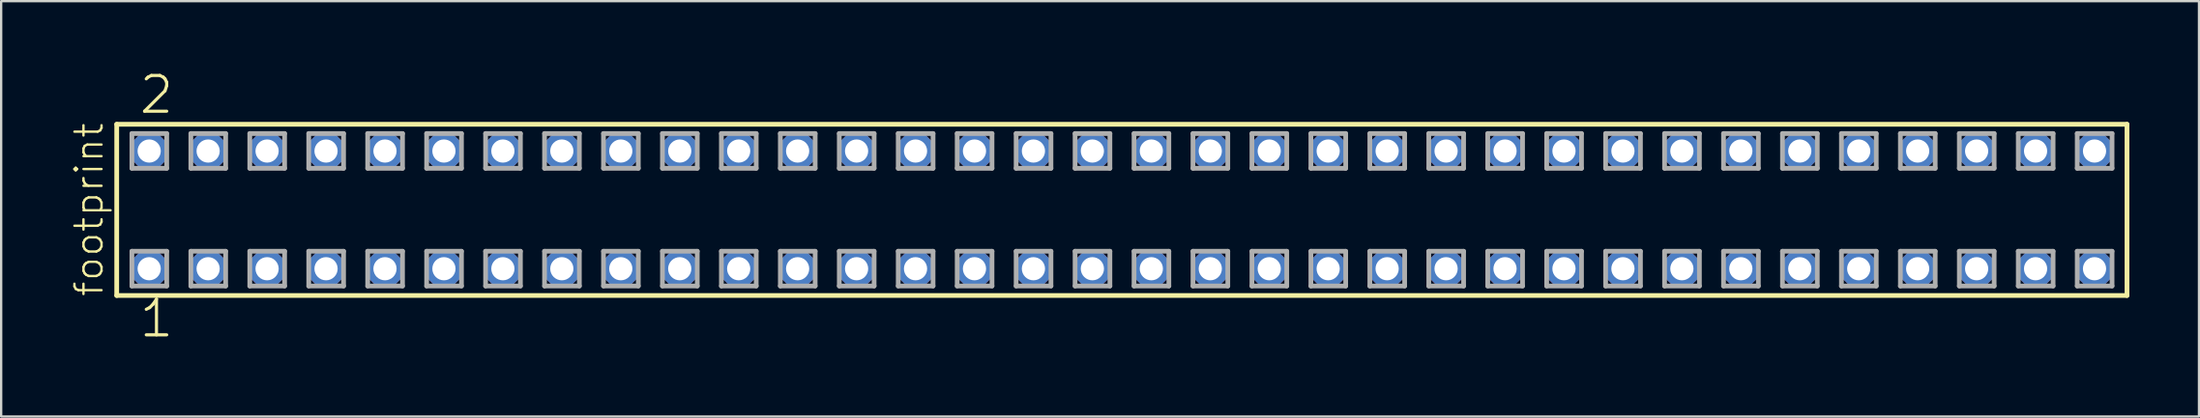
<source format=kicad_pcb>
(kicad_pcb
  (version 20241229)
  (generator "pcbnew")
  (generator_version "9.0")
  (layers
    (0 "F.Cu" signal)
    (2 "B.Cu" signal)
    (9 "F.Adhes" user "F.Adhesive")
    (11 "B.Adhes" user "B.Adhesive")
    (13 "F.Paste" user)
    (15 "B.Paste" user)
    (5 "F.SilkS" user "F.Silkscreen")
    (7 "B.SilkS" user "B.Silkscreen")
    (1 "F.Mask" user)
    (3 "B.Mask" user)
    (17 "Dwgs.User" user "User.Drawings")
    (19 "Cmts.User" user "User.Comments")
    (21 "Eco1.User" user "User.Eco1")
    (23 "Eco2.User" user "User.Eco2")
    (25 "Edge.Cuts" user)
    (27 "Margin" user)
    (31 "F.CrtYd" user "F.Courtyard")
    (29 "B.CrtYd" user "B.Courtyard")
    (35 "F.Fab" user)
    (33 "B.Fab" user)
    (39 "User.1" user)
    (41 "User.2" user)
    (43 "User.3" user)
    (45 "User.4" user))
  (footprint "footprint"
    (layer "F.Cu")
    (at 45.288 6.009)
    (property "Reference" "footprint" (at -43.815 3.81 90) (layer "F.SilkS") (effects (font (size 1.168 1.168) (thickness 0.102)) (justify left bottom)))
    (fp_line (start -43.309 -3.695) (end 43.309 -3.695) (stroke (width 0.203) (type solid)) (layer "F.SilkS"))
    (fp_line (start -43.309 3.695) (end -43.309 -3.695) (stroke (width 0.203) (type solid)) (layer "F.SilkS"))
    (fp_line (start 43.309 -3.695) (end 43.309 3.695) (stroke (width 0.203) (type solid)) (layer "F.SilkS"))
    (fp_line (start 43.309 3.695) (end -43.309 3.695) (stroke (width 0.203) (type solid)) (layer "F.SilkS"))
    (fp_line (start -42.655 -3.295) (end -41.155 -3.295) (stroke (width 0.203) (type solid)) (layer "F.Fab"))
    (fp_line (start -42.655 -1.795) (end -42.655 -3.295) (stroke (width 0.203) (type solid)) (layer "F.Fab"))
    (fp_line (start -42.655 1.785) (end -41.155 1.785) (stroke (width 0.203) (type solid)) (layer "F.Fab"))
    (fp_line (start -42.655 3.285) (end -42.655 1.785) (stroke (width 0.203) (type solid)) (layer "F.Fab"))
    (fp_line (start -41.155 -3.295) (end -41.155 -1.795) (stroke (width 0.203) (type solid)) (layer "F.Fab"))
    (fp_line (start -41.155 -1.795) (end -42.655 -1.795) (stroke (width 0.203) (type solid)) (layer "F.Fab"))
    (fp_line (start -41.155 1.785) (end -41.155 3.285) (stroke (width 0.203) (type solid)) (layer "F.Fab"))
    (fp_line (start -41.155 3.285) (end -42.655 3.285) (stroke (width 0.203) (type solid)) (layer "F.Fab"))
    (fp_line (start -40.115 -3.295) (end -38.615 -3.295) (stroke (width 0.203) (type solid)) (layer "F.Fab"))
    (fp_line (start -40.115 -1.795) (end -40.115 -3.295) (stroke (width 0.203) (type solid)) (layer "F.Fab"))
    (fp_line (start -40.115 1.785) (end -38.615 1.785) (stroke (width 0.203) (type solid)) (layer "F.Fab"))
    (fp_line (start -40.115 3.285) (end -40.115 1.785) (stroke (width 0.203) (type solid)) (layer "F.Fab"))
    (fp_line (start -38.615 -3.295) (end -38.615 -1.795) (stroke (width 0.203) (type solid)) (layer "F.Fab"))
    (fp_line (start -38.615 -1.795) (end -40.115 -1.795) (stroke (width 0.203) (type solid)) (layer "F.Fab"))
    (fp_line (start -38.615 1.785) (end -38.615 3.285) (stroke (width 0.203) (type solid)) (layer "F.Fab"))
    (fp_line (start -38.615 3.285) (end -40.115 3.285) (stroke (width 0.203) (type solid)) (layer "F.Fab"))
    (fp_line (start -37.575 -3.295) (end -36.075 -3.295) (stroke (width 0.203) (type solid)) (layer "F.Fab"))
    (fp_line (start -37.575 -1.795) (end -37.575 -3.295) (stroke (width 0.203) (type solid)) (layer "F.Fab"))
    (fp_line (start -37.575 1.785) (end -36.075 1.785) (stroke (width 0.203) (type solid)) (layer "F.Fab"))
    (fp_line (start -37.575 3.285) (end -37.575 1.785) (stroke (width 0.203) (type solid)) (layer "F.Fab"))
    (fp_line (start -36.075 -3.295) (end -36.075 -1.795) (stroke (width 0.203) (type solid)) (layer "F.Fab"))
    (fp_line (start -36.075 -1.795) (end -37.575 -1.795) (stroke (width 0.203) (type solid)) (layer "F.Fab"))
    (fp_line (start -36.075 1.785) (end -36.075 3.285) (stroke (width 0.203) (type solid)) (layer "F.Fab"))
    (fp_line (start -36.075 3.285) (end -37.575 3.285) (stroke (width 0.203) (type solid)) (layer "F.Fab"))
    (fp_line (start -35.035 -3.295) (end -33.535 -3.295) (stroke (width 0.203) (type solid)) (layer "F.Fab"))
    (fp_line (start -35.035 -1.795) (end -35.035 -3.295) (stroke (width 0.203) (type solid)) (layer "F.Fab"))
    (fp_line (start -35.035 1.785) (end -33.535 1.785) (stroke (width 0.203) (type solid)) (layer "F.Fab"))
    (fp_line (start -35.035 3.285) (end -35.035 1.785) (stroke (width 0.203) (type solid)) (layer "F.Fab"))
    (fp_line (start -33.535 -3.295) (end -33.535 -1.795) (stroke (width 0.203) (type solid)) (layer "F.Fab"))
    (fp_line (start -33.535 -1.795) (end -35.035 -1.795) (stroke (width 0.203) (type solid)) (layer "F.Fab"))
    (fp_line (start -33.535 1.785) (end -33.535 3.285) (stroke (width 0.203) (type solid)) (layer "F.Fab"))
    (fp_line (start -33.535 3.285) (end -35.035 3.285) (stroke (width 0.203) (type solid)) (layer "F.Fab"))
    (fp_line (start -32.495 -3.295) (end -30.995 -3.295) (stroke (width 0.203) (type solid)) (layer "F.Fab"))
    (fp_line (start -32.495 -1.795) (end -32.495 -3.295) (stroke (width 0.203) (type solid)) (layer "F.Fab"))
    (fp_line (start -32.495 1.785) (end -30.995 1.785) (stroke (width 0.203) (type solid)) (layer "F.Fab"))
    (fp_line (start -32.495 3.285) (end -32.495 1.785) (stroke (width 0.203) (type solid)) (layer "F.Fab"))
    (fp_line (start -30.995 -3.295) (end -30.995 -1.795) (stroke (width 0.203) (type solid)) (layer "F.Fab"))
    (fp_line (start -30.995 -1.795) (end -32.495 -1.795) (stroke (width 0.203) (type solid)) (layer "F.Fab"))
    (fp_line (start -30.995 1.785) (end -30.995 3.285) (stroke (width 0.203) (type solid)) (layer "F.Fab"))
    (fp_line (start -30.995 3.285) (end -32.495 3.285) (stroke (width 0.203) (type solid)) (layer "F.Fab"))
    (fp_line (start -29.955 -3.295) (end -28.455 -3.295) (stroke (width 0.203) (type solid)) (layer "F.Fab"))
    (fp_line (start -29.955 -1.795) (end -29.955 -3.295) (stroke (width 0.203) (type solid)) (layer "F.Fab"))
    (fp_line (start -29.955 1.785) (end -28.455 1.785) (stroke (width 0.203) (type solid)) (layer "F.Fab"))
    (fp_line (start -29.955 3.285) (end -29.955 1.785) (stroke (width 0.203) (type solid)) (layer "F.Fab"))
    (fp_line (start -28.455 -3.295) (end -28.455 -1.795) (stroke (width 0.203) (type solid)) (layer "F.Fab"))
    (fp_line (start -28.455 -1.795) (end -29.955 -1.795) (stroke (width 0.203) (type solid)) (layer "F.Fab"))
    (fp_line (start -28.455 1.785) (end -28.455 3.285) (stroke (width 0.203) (type solid)) (layer "F.Fab"))
    (fp_line (start -28.455 3.285) (end -29.955 3.285) (stroke (width 0.203) (type solid)) (layer "F.Fab"))
    (fp_line (start -27.415 -3.295) (end -25.915 -3.295) (stroke (width 0.203) (type solid)) (layer "F.Fab"))
    (fp_line (start -27.415 -1.795) (end -27.415 -3.295) (stroke (width 0.203) (type solid)) (layer "F.Fab"))
    (fp_line (start -27.415 1.785) (end -25.915 1.785) (stroke (width 0.203) (type solid)) (layer "F.Fab"))
    (fp_line (start -27.415 3.285) (end -27.415 1.785) (stroke (width 0.203) (type solid)) (layer "F.Fab"))
    (fp_line (start -25.915 -3.295) (end -25.915 -1.795) (stroke (width 0.203) (type solid)) (layer "F.Fab"))
    (fp_line (start -25.915 -1.795) (end -27.415 -1.795) (stroke (width 0.203) (type solid)) (layer "F.Fab"))
    (fp_line (start -25.915 1.785) (end -25.915 3.285) (stroke (width 0.203) (type solid)) (layer "F.Fab"))
    (fp_line (start -25.915 3.285) (end -27.415 3.285) (stroke (width 0.203) (type solid)) (layer "F.Fab"))
    (fp_line (start -24.875 -3.295) (end -23.375 -3.295) (stroke (width 0.203) (type solid)) (layer "F.Fab"))
    (fp_line (start -24.875 -1.795) (end -24.875 -3.295) (stroke (width 0.203) (type solid)) (layer "F.Fab"))
    (fp_line (start -24.875 1.785) (end -23.375 1.785) (stroke (width 0.203) (type solid)) (layer "F.Fab"))
    (fp_line (start -24.875 3.285) (end -24.875 1.785) (stroke (width 0.203) (type solid)) (layer "F.Fab"))
    (fp_line (start -23.375 -3.295) (end -23.375 -1.795) (stroke (width 0.203) (type solid)) (layer "F.Fab"))
    (fp_line (start -23.375 -1.795) (end -24.875 -1.795) (stroke (width 0.203) (type solid)) (layer "F.Fab"))
    (fp_line (start -23.375 1.785) (end -23.375 3.285) (stroke (width 0.203) (type solid)) (layer "F.Fab"))
    (fp_line (start -23.375 3.285) (end -24.875 3.285) (stroke (width 0.203) (type solid)) (layer "F.Fab"))
    (fp_line (start -22.335 -3.295) (end -20.835 -3.295) (stroke (width 0.203) (type solid)) (layer "F.Fab"))
    (fp_line (start -22.335 -1.795) (end -22.335 -3.295) (stroke (width 0.203) (type solid)) (layer "F.Fab"))
    (fp_line (start -22.335 1.785) (end -20.835 1.785) (stroke (width 0.203) (type solid)) (layer "F.Fab"))
    (fp_line (start -22.335 3.285) (end -22.335 1.785) (stroke (width 0.203) (type solid)) (layer "F.Fab"))
    (fp_line (start -20.835 -3.295) (end -20.835 -1.795) (stroke (width 0.203) (type solid)) (layer "F.Fab"))
    (fp_line (start -20.835 -1.795) (end -22.335 -1.795) (stroke (width 0.203) (type solid)) (layer "F.Fab"))
    (fp_line (start -20.835 1.785) (end -20.835 3.285) (stroke (width 0.203) (type solid)) (layer "F.Fab"))
    (fp_line (start -20.835 3.285) (end -22.335 3.285) (stroke (width 0.203) (type solid)) (layer "F.Fab"))
    (fp_line (start -19.795 -3.295) (end -18.295 -3.295) (stroke (width 0.203) (type solid)) (layer "F.Fab"))
    (fp_line (start -19.795 -1.795) (end -19.795 -3.295) (stroke (width 0.203) (type solid)) (layer "F.Fab"))
    (fp_line (start -19.795 1.785) (end -18.295 1.785) (stroke (width 0.203) (type solid)) (layer "F.Fab"))
    (fp_line (start -19.795 3.285) (end -19.795 1.785) (stroke (width 0.203) (type solid)) (layer "F.Fab"))
    (fp_line (start -18.295 -3.295) (end -18.295 -1.795) (stroke (width 0.203) (type solid)) (layer "F.Fab"))
    (fp_line (start -18.295 -1.795) (end -19.795 -1.795) (stroke (width 0.203) (type solid)) (layer "F.Fab"))
    (fp_line (start -18.295 1.785) (end -18.295 3.285) (stroke (width 0.203) (type solid)) (layer "F.Fab"))
    (fp_line (start -18.295 3.285) (end -19.795 3.285) (stroke (width 0.203) (type solid)) (layer "F.Fab"))
    (fp_line (start -17.255 -3.295) (end -15.755 -3.295) (stroke (width 0.203) (type solid)) (layer "F.Fab"))
    (fp_line (start -17.255 -1.795) (end -17.255 -3.295) (stroke (width 0.203) (type solid)) (layer "F.Fab"))
    (fp_line (start -17.255 1.785) (end -15.755 1.785) (stroke (width 0.203) (type solid)) (layer "F.Fab"))
    (fp_line (start -17.255 3.285) (end -17.255 1.785) (stroke (width 0.203) (type solid)) (layer "F.Fab"))
    (fp_line (start -15.755 -3.295) (end -15.755 -1.795) (stroke (width 0.203) (type solid)) (layer "F.Fab"))
    (fp_line (start -15.755 -1.795) (end -17.255 -1.795) (stroke (width 0.203) (type solid)) (layer "F.Fab"))
    (fp_line (start -15.755 1.785) (end -15.755 3.285) (stroke (width 0.203) (type solid)) (layer "F.Fab"))
    (fp_line (start -15.755 3.285) (end -17.255 3.285) (stroke (width 0.203) (type solid)) (layer "F.Fab"))
    (fp_line (start -14.715 -3.295) (end -13.215 -3.295) (stroke (width 0.203) (type solid)) (layer "F.Fab"))
    (fp_line (start -14.715 -1.795) (end -14.715 -3.295) (stroke (width 0.203) (type solid)) (layer "F.Fab"))
    (fp_line (start -14.715 1.785) (end -13.215 1.785) (stroke (width 0.203) (type solid)) (layer "F.Fab"))
    (fp_line (start -14.715 3.285) (end -14.715 1.785) (stroke (width 0.203) (type solid)) (layer "F.Fab"))
    (fp_line (start -13.215 -3.295) (end -13.215 -1.795) (stroke (width 0.203) (type solid)) (layer "F.Fab"))
    (fp_line (start -13.215 -1.795) (end -14.715 -1.795) (stroke (width 0.203) (type solid)) (layer "F.Fab"))
    (fp_line (start -13.215 1.785) (end -13.215 3.285) (stroke (width 0.203) (type solid)) (layer "F.Fab"))
    (fp_line (start -13.215 3.285) (end -14.715 3.285) (stroke (width 0.203) (type solid)) (layer "F.Fab"))
    (fp_line (start -12.175 -3.295) (end -10.675 -3.295) (stroke (width 0.203) (type solid)) (layer "F.Fab"))
    (fp_line (start -12.175 -1.795) (end -12.175 -3.295) (stroke (width 0.203) (type solid)) (layer "F.Fab"))
    (fp_line (start -12.175 1.785) (end -10.675 1.785) (stroke (width 0.203) (type solid)) (layer "F.Fab"))
    (fp_line (start -12.175 3.285) (end -12.175 1.785) (stroke (width 0.203) (type solid)) (layer "F.Fab"))
    (fp_line (start -10.675 -3.295) (end -10.675 -1.795) (stroke (width 0.203) (type solid)) (layer "F.Fab"))
    (fp_line (start -10.675 -1.795) (end -12.175 -1.795) (stroke (width 0.203) (type solid)) (layer "F.Fab"))
    (fp_line (start -10.675 1.785) (end -10.675 3.285) (stroke (width 0.203) (type solid)) (layer "F.Fab"))
    (fp_line (start -10.675 3.285) (end -12.175 3.285) (stroke (width 0.203) (type solid)) (layer "F.Fab"))
    (fp_line (start -9.635 -3.295) (end -8.135 -3.295) (stroke (width 0.203) (type solid)) (layer "F.Fab"))
    (fp_line (start -9.635 -1.795) (end -9.635 -3.295) (stroke (width 0.203) (type solid)) (layer "F.Fab"))
    (fp_line (start -9.635 1.785) (end -8.135 1.785) (stroke (width 0.203) (type solid)) (layer "F.Fab"))
    (fp_line (start -9.635 3.285) (end -9.635 1.785) (stroke (width 0.203) (type solid)) (layer "F.Fab"))
    (fp_line (start -8.135 -3.295) (end -8.135 -1.795) (stroke (width 0.203) (type solid)) (layer "F.Fab"))
    (fp_line (start -8.135 -1.795) (end -9.635 -1.795) (stroke (width 0.203) (type solid)) (layer "F.Fab"))
    (fp_line (start -8.135 1.785) (end -8.135 3.285) (stroke (width 0.203) (type solid)) (layer "F.Fab"))
    (fp_line (start -8.135 3.285) (end -9.635 3.285) (stroke (width 0.203) (type solid)) (layer "F.Fab"))
    (fp_line (start -7.095 -3.295) (end -5.595 -3.295) (stroke (width 0.203) (type solid)) (layer "F.Fab"))
    (fp_line (start -7.095 -1.795) (end -7.095 -3.295) (stroke (width 0.203) (type solid)) (layer "F.Fab"))
    (fp_line (start -7.095 1.785) (end -5.595 1.785) (stroke (width 0.203) (type solid)) (layer "F.Fab"))
    (fp_line (start -7.095 3.285) (end -7.095 1.785) (stroke (width 0.203) (type solid)) (layer "F.Fab"))
    (fp_line (start -5.595 -3.295) (end -5.595 -1.795) (stroke (width 0.203) (type solid)) (layer "F.Fab"))
    (fp_line (start -5.595 -1.795) (end -7.095 -1.795) (stroke (width 0.203) (type solid)) (layer "F.Fab"))
    (fp_line (start -5.595 1.785) (end -5.595 3.285) (stroke (width 0.203) (type solid)) (layer "F.Fab"))
    (fp_line (start -5.595 3.285) (end -7.095 3.285) (stroke (width 0.203) (type solid)) (layer "F.Fab"))
    (fp_line (start -4.555 -3.295) (end -3.055 -3.295) (stroke (width 0.203) (type solid)) (layer "F.Fab"))
    (fp_line (start -4.555 -1.795) (end -4.555 -3.295) (stroke (width 0.203) (type solid)) (layer "F.Fab"))
    (fp_line (start -4.555 1.785) (end -3.055 1.785) (stroke (width 0.203) (type solid)) (layer "F.Fab"))
    (fp_line (start -4.555 3.285) (end -4.555 1.785) (stroke (width 0.203) (type solid)) (layer "F.Fab"))
    (fp_line (start -3.055 -3.295) (end -3.055 -1.795) (stroke (width 0.203) (type solid)) (layer "F.Fab"))
    (fp_line (start -3.055 -1.795) (end -4.555 -1.795) (stroke (width 0.203) (type solid)) (layer "F.Fab"))
    (fp_line (start -3.055 1.785) (end -3.055 3.285) (stroke (width 0.203) (type solid)) (layer "F.Fab"))
    (fp_line (start -3.055 3.285) (end -4.555 3.285) (stroke (width 0.203) (type solid)) (layer "F.Fab"))
    (fp_line (start -2.015 -3.295) (end -0.515 -3.295) (stroke (width 0.203) (type solid)) (layer "F.Fab"))
    (fp_line (start -2.015 -1.795) (end -2.015 -3.295) (stroke (width 0.203) (type solid)) (layer "F.Fab"))
    (fp_line (start -2.015 1.785) (end -0.515 1.785) (stroke (width 0.203) (type solid)) (layer "F.Fab"))
    (fp_line (start -2.015 3.285) (end -2.015 1.785) (stroke (width 0.203) (type solid)) (layer "F.Fab"))
    (fp_line (start -0.515 -3.295) (end -0.515 -1.795) (stroke (width 0.203) (type solid)) (layer "F.Fab"))
    (fp_line (start -0.515 -1.795) (end -2.015 -1.795) (stroke (width 0.203) (type solid)) (layer "F.Fab"))
    (fp_line (start -0.515 1.785) (end -0.515 3.285) (stroke (width 0.203) (type solid)) (layer "F.Fab"))
    (fp_line (start -0.515 3.285) (end -2.015 3.285) (stroke (width 0.203) (type solid)) (layer "F.Fab"))
    (fp_line (start 0.525 -3.295) (end 2.025 -3.295) (stroke (width 0.203) (type solid)) (layer "F.Fab"))
    (fp_line (start 0.525 -1.795) (end 0.525 -3.295) (stroke (width 0.203) (type solid)) (layer "F.Fab"))
    (fp_line (start 0.525 1.785) (end 2.025 1.785) (stroke (width 0.203) (type solid)) (layer "F.Fab"))
    (fp_line (start 0.525 3.285) (end 0.525 1.785) (stroke (width 0.203) (type solid)) (layer "F.Fab"))
    (fp_line (start 2.025 -3.295) (end 2.025 -1.795) (stroke (width 0.203) (type solid)) (layer "F.Fab"))
    (fp_line (start 2.025 -1.795) (end 0.525 -1.795) (stroke (width 0.203) (type solid)) (layer "F.Fab"))
    (fp_line (start 2.025 1.785) (end 2.025 3.285) (stroke (width 0.203) (type solid)) (layer "F.Fab"))
    (fp_line (start 2.025 3.285) (end 0.525 3.285) (stroke (width 0.203) (type solid)) (layer "F.Fab"))
    (fp_line (start 3.065 -3.295) (end 4.565 -3.295) (stroke (width 0.203) (type solid)) (layer "F.Fab"))
    (fp_line (start 3.065 -1.795) (end 3.065 -3.295) (stroke (width 0.203) (type solid)) (layer "F.Fab"))
    (fp_line (start 3.065 1.785) (end 4.565 1.785) (stroke (width 0.203) (type solid)) (layer "F.Fab"))
    (fp_line (start 3.065 3.285) (end 3.065 1.785) (stroke (width 0.203) (type solid)) (layer "F.Fab"))
    (fp_line (start 4.565 -3.295) (end 4.565 -1.795) (stroke (width 0.203) (type solid)) (layer "F.Fab"))
    (fp_line (start 4.565 -1.795) (end 3.065 -1.795) (stroke (width 0.203) (type solid)) (layer "F.Fab"))
    (fp_line (start 4.565 1.785) (end 4.565 3.285) (stroke (width 0.203) (type solid)) (layer "F.Fab"))
    (fp_line (start 4.565 3.285) (end 3.065 3.285) (stroke (width 0.203) (type solid)) (layer "F.Fab"))
    (fp_line (start 5.605 -3.295) (end 7.105 -3.295) (stroke (width 0.203) (type solid)) (layer "F.Fab"))
    (fp_line (start 5.605 -1.795) (end 5.605 -3.295) (stroke (width 0.203) (type solid)) (layer "F.Fab"))
    (fp_line (start 5.605 1.785) (end 7.105 1.785) (stroke (width 0.203) (type solid)) (layer "F.Fab"))
    (fp_line (start 5.605 3.285) (end 5.605 1.785) (stroke (width 0.203) (type solid)) (layer "F.Fab"))
    (fp_line (start 7.105 -3.295) (end 7.105 -1.795) (stroke (width 0.203) (type solid)) (layer "F.Fab"))
    (fp_line (start 7.105 -1.795) (end 5.605 -1.795) (stroke (width 0.203) (type solid)) (layer "F.Fab"))
    (fp_line (start 7.105 1.785) (end 7.105 3.285) (stroke (width 0.203) (type solid)) (layer "F.Fab"))
    (fp_line (start 7.105 3.285) (end 5.605 3.285) (stroke (width 0.203) (type solid)) (layer "F.Fab"))
    (fp_line (start 8.145 -3.295) (end 9.645 -3.295) (stroke (width 0.203) (type solid)) (layer "F.Fab"))
    (fp_line (start 8.145 -1.795) (end 8.145 -3.295) (stroke (width 0.203) (type solid)) (layer "F.Fab"))
    (fp_line (start 8.145 1.785) (end 9.645 1.785) (stroke (width 0.203) (type solid)) (layer "F.Fab"))
    (fp_line (start 8.145 3.285) (end 8.145 1.785) (stroke (width 0.203) (type solid)) (layer "F.Fab"))
    (fp_line (start 9.645 -3.295) (end 9.645 -1.795) (stroke (width 0.203) (type solid)) (layer "F.Fab"))
    (fp_line (start 9.645 -1.795) (end 8.145 -1.795) (stroke (width 0.203) (type solid)) (layer "F.Fab"))
    (fp_line (start 9.645 1.785) (end 9.645 3.285) (stroke (width 0.203) (type solid)) (layer "F.Fab"))
    (fp_line (start 9.645 3.285) (end 8.145 3.285) (stroke (width 0.203) (type solid)) (layer "F.Fab"))
    (fp_line (start 10.685 -3.295) (end 12.185 -3.295) (stroke (width 0.203) (type solid)) (layer "F.Fab"))
    (fp_line (start 10.685 -1.795) (end 10.685 -3.295) (stroke (width 0.203) (type solid)) (layer "F.Fab"))
    (fp_line (start 10.685 1.785) (end 12.185 1.785) (stroke (width 0.203) (type solid)) (layer "F.Fab"))
    (fp_line (start 10.685 3.285) (end 10.685 1.785) (stroke (width 0.203) (type solid)) (layer "F.Fab"))
    (fp_line (start 12.185 -3.295) (end 12.185 -1.795) (stroke (width 0.203) (type solid)) (layer "F.Fab"))
    (fp_line (start 12.185 -1.795) (end 10.685 -1.795) (stroke (width 0.203) (type solid)) (layer "F.Fab"))
    (fp_line (start 12.185 1.785) (end 12.185 3.285) (stroke (width 0.203) (type solid)) (layer "F.Fab"))
    (fp_line (start 12.185 3.285) (end 10.685 3.285) (stroke (width 0.203) (type solid)) (layer "F.Fab"))
    (fp_line (start 13.225 -3.295) (end 14.725 -3.295) (stroke (width 0.203) (type solid)) (layer "F.Fab"))
    (fp_line (start 13.225 -1.795) (end 13.225 -3.295) (stroke (width 0.203) (type solid)) (layer "F.Fab"))
    (fp_line (start 13.225 1.785) (end 14.725 1.785) (stroke (width 0.203) (type solid)) (layer "F.Fab"))
    (fp_line (start 13.225 3.285) (end 13.225 1.785) (stroke (width 0.203) (type solid)) (layer "F.Fab"))
    (fp_line (start 14.725 -3.295) (end 14.725 -1.795) (stroke (width 0.203) (type solid)) (layer "F.Fab"))
    (fp_line (start 14.725 -1.795) (end 13.225 -1.795) (stroke (width 0.203) (type solid)) (layer "F.Fab"))
    (fp_line (start 14.725 1.785) (end 14.725 3.285) (stroke (width 0.203) (type solid)) (layer "F.Fab"))
    (fp_line (start 14.725 3.285) (end 13.225 3.285) (stroke (width 0.203) (type solid)) (layer "F.Fab"))
    (fp_line (start 15.765 -3.295) (end 17.265 -3.295) (stroke (width 0.203) (type solid)) (layer "F.Fab"))
    (fp_line (start 15.765 -1.795) (end 15.765 -3.295) (stroke (width 0.203) (type solid)) (layer "F.Fab"))
    (fp_line (start 15.765 1.785) (end 17.265 1.785) (stroke (width 0.203) (type solid)) (layer "F.Fab"))
    (fp_line (start 15.765 3.285) (end 15.765 1.785) (stroke (width 0.203) (type solid)) (layer "F.Fab"))
    (fp_line (start 17.265 -3.295) (end 17.265 -1.795) (stroke (width 0.203) (type solid)) (layer "F.Fab"))
    (fp_line (start 17.265 -1.795) (end 15.765 -1.795) (stroke (width 0.203) (type solid)) (layer "F.Fab"))
    (fp_line (start 17.265 1.785) (end 17.265 3.285) (stroke (width 0.203) (type solid)) (layer "F.Fab"))
    (fp_line (start 17.265 3.285) (end 15.765 3.285) (stroke (width 0.203) (type solid)) (layer "F.Fab"))
    (fp_line (start 18.305 -3.295) (end 19.805 -3.295) (stroke (width 0.203) (type solid)) (layer "F.Fab"))
    (fp_line (start 18.305 -1.795) (end 18.305 -3.295) (stroke (width 0.203) (type solid)) (layer "F.Fab"))
    (fp_line (start 18.305 1.785) (end 19.805 1.785) (stroke (width 0.203) (type solid)) (layer "F.Fab"))
    (fp_line (start 18.305 3.285) (end 18.305 1.785) (stroke (width 0.203) (type solid)) (layer "F.Fab"))
    (fp_line (start 19.805 -3.295) (end 19.805 -1.795) (stroke (width 0.203) (type solid)) (layer "F.Fab"))
    (fp_line (start 19.805 -1.795) (end 18.305 -1.795) (stroke (width 0.203) (type solid)) (layer "F.Fab"))
    (fp_line (start 19.805 1.785) (end 19.805 3.285) (stroke (width 0.203) (type solid)) (layer "F.Fab"))
    (fp_line (start 19.805 3.285) (end 18.305 3.285) (stroke (width 0.203) (type solid)) (layer "F.Fab"))
    (fp_line (start 20.845 -3.295) (end 22.345 -3.295) (stroke (width 0.203) (type solid)) (layer "F.Fab"))
    (fp_line (start 20.845 -1.795) (end 20.845 -3.295) (stroke (width 0.203) (type solid)) (layer "F.Fab"))
    (fp_line (start 20.845 1.785) (end 22.345 1.785) (stroke (width 0.203) (type solid)) (layer "F.Fab"))
    (fp_line (start 20.845 3.285) (end 20.845 1.785) (stroke (width 0.203) (type solid)) (layer "F.Fab"))
    (fp_line (start 22.345 -3.295) (end 22.345 -1.795) (stroke (width 0.203) (type solid)) (layer "F.Fab"))
    (fp_line (start 22.345 -1.795) (end 20.845 -1.795) (stroke (width 0.203) (type solid)) (layer "F.Fab"))
    (fp_line (start 22.345 1.785) (end 22.345 3.285) (stroke (width 0.203) (type solid)) (layer "F.Fab"))
    (fp_line (start 22.345 3.285) (end 20.845 3.285) (stroke (width 0.203) (type solid)) (layer "F.Fab"))
    (fp_line (start 23.385 -3.295) (end 24.885 -3.295) (stroke (width 0.203) (type solid)) (layer "F.Fab"))
    (fp_line (start 23.385 -1.795) (end 23.385 -3.295) (stroke (width 0.203) (type solid)) (layer "F.Fab"))
    (fp_line (start 23.385 1.785) (end 24.885 1.785) (stroke (width 0.203) (type solid)) (layer "F.Fab"))
    (fp_line (start 23.385 3.285) (end 23.385 1.785) (stroke (width 0.203) (type solid)) (layer "F.Fab"))
    (fp_line (start 24.885 -3.295) (end 24.885 -1.795) (stroke (width 0.203) (type solid)) (layer "F.Fab"))
    (fp_line (start 24.885 -1.795) (end 23.385 -1.795) (stroke (width 0.203) (type solid)) (layer "F.Fab"))
    (fp_line (start 24.885 1.785) (end 24.885 3.285) (stroke (width 0.203) (type solid)) (layer "F.Fab"))
    (fp_line (start 24.885 3.285) (end 23.385 3.285) (stroke (width 0.203) (type solid)) (layer "F.Fab"))
    (fp_line (start 25.925 -3.295) (end 27.425 -3.295) (stroke (width 0.203) (type solid)) (layer "F.Fab"))
    (fp_line (start 25.925 -1.795) (end 25.925 -3.295) (stroke (width 0.203) (type solid)) (layer "F.Fab"))
    (fp_line (start 25.925 1.785) (end 27.425 1.785) (stroke (width 0.203) (type solid)) (layer "F.Fab"))
    (fp_line (start 25.925 3.285) (end 25.925 1.785) (stroke (width 0.203) (type solid)) (layer "F.Fab"))
    (fp_line (start 27.425 -3.295) (end 27.425 -1.795) (stroke (width 0.203) (type solid)) (layer "F.Fab"))
    (fp_line (start 27.425 -1.795) (end 25.925 -1.795) (stroke (width 0.203) (type solid)) (layer "F.Fab"))
    (fp_line (start 27.425 1.785) (end 27.425 3.285) (stroke (width 0.203) (type solid)) (layer "F.Fab"))
    (fp_line (start 27.425 3.285) (end 25.925 3.285) (stroke (width 0.203) (type solid)) (layer "F.Fab"))
    (fp_line (start 28.465 -3.295) (end 29.965 -3.295) (stroke (width 0.203) (type solid)) (layer "F.Fab"))
    (fp_line (start 28.465 -1.795) (end 28.465 -3.295) (stroke (width 0.203) (type solid)) (layer "F.Fab"))
    (fp_line (start 28.465 1.785) (end 29.965 1.785) (stroke (width 0.203) (type solid)) (layer "F.Fab"))
    (fp_line (start 28.465 3.285) (end 28.465 1.785) (stroke (width 0.203) (type solid)) (layer "F.Fab"))
    (fp_line (start 29.965 -3.295) (end 29.965 -1.795) (stroke (width 0.203) (type solid)) (layer "F.Fab"))
    (fp_line (start 29.965 -1.795) (end 28.465 -1.795) (stroke (width 0.203) (type solid)) (layer "F.Fab"))
    (fp_line (start 29.965 1.785) (end 29.965 3.285) (stroke (width 0.203) (type solid)) (layer "F.Fab"))
    (fp_line (start 29.965 3.285) (end 28.465 3.285) (stroke (width 0.203) (type solid)) (layer "F.Fab"))
    (fp_line (start 31.005 -3.295) (end 32.505 -3.295) (stroke (width 0.203) (type solid)) (layer "F.Fab"))
    (fp_line (start 31.005 -1.795) (end 31.005 -3.295) (stroke (width 0.203) (type solid)) (layer "F.Fab"))
    (fp_line (start 31.005 1.785) (end 32.505 1.785) (stroke (width 0.203) (type solid)) (layer "F.Fab"))
    (fp_line (start 31.005 3.285) (end 31.005 1.785) (stroke (width 0.203) (type solid)) (layer "F.Fab"))
    (fp_line (start 32.505 -3.295) (end 32.505 -1.795) (stroke (width 0.203) (type solid)) (layer "F.Fab"))
    (fp_line (start 32.505 -1.795) (end 31.005 -1.795) (stroke (width 0.203) (type solid)) (layer "F.Fab"))
    (fp_line (start 32.505 1.785) (end 32.505 3.285) (stroke (width 0.203) (type solid)) (layer "F.Fab"))
    (fp_line (start 32.505 3.285) (end 31.005 3.285) (stroke (width 0.203) (type solid)) (layer "F.Fab"))
    (fp_line (start 33.545 -3.295) (end 35.045 -3.295) (stroke (width 0.203) (type solid)) (layer "F.Fab"))
    (fp_line (start 33.545 -1.795) (end 33.545 -3.295) (stroke (width 0.203) (type solid)) (layer "F.Fab"))
    (fp_line (start 33.545 1.785) (end 35.045 1.785) (stroke (width 0.203) (type solid)) (layer "F.Fab"))
    (fp_line (start 33.545 3.285) (end 33.545 1.785) (stroke (width 0.203) (type solid)) (layer "F.Fab"))
    (fp_line (start 35.045 -3.295) (end 35.045 -1.795) (stroke (width 0.203) (type solid)) (layer "F.Fab"))
    (fp_line (start 35.045 -1.795) (end 33.545 -1.795) (stroke (width 0.203) (type solid)) (layer "F.Fab"))
    (fp_line (start 35.045 1.785) (end 35.045 3.285) (stroke (width 0.203) (type solid)) (layer "F.Fab"))
    (fp_line (start 35.045 3.285) (end 33.545 3.285) (stroke (width 0.203) (type solid)) (layer "F.Fab"))
    (fp_line (start 36.085 -3.295) (end 37.585 -3.295) (stroke (width 0.203) (type solid)) (layer "F.Fab"))
    (fp_line (start 36.085 -1.795) (end 36.085 -3.295) (stroke (width 0.203) (type solid)) (layer "F.Fab"))
    (fp_line (start 36.085 1.785) (end 37.585 1.785) (stroke (width 0.203) (type solid)) (layer "F.Fab"))
    (fp_line (start 36.085 3.285) (end 36.085 1.785) (stroke (width 0.203) (type solid)) (layer "F.Fab"))
    (fp_line (start 37.585 -3.295) (end 37.585 -1.795) (stroke (width 0.203) (type solid)) (layer "F.Fab"))
    (fp_line (start 37.585 -1.795) (end 36.085 -1.795) (stroke (width 0.203) (type solid)) (layer "F.Fab"))
    (fp_line (start 37.585 1.785) (end 37.585 3.285) (stroke (width 0.203) (type solid)) (layer "F.Fab"))
    (fp_line (start 37.585 3.285) (end 36.085 3.285) (stroke (width 0.203) (type solid)) (layer "F.Fab"))
    (fp_line (start 38.625 -3.295) (end 40.125 -3.295) (stroke (width 0.203) (type solid)) (layer "F.Fab"))
    (fp_line (start 38.625 -1.795) (end 38.625 -3.295) (stroke (width 0.203) (type solid)) (layer "F.Fab"))
    (fp_line (start 38.625 1.785) (end 40.125 1.785) (stroke (width 0.203) (type solid)) (layer "F.Fab"))
    (fp_line (start 38.625 3.285) (end 38.625 1.785) (stroke (width 0.203) (type solid)) (layer "F.Fab"))
    (fp_line (start 40.125 -3.295) (end 40.125 -1.795) (stroke (width 0.203) (type solid)) (layer "F.Fab"))
    (fp_line (start 40.125 -1.795) (end 38.625 -1.795) (stroke (width 0.203) (type solid)) (layer "F.Fab"))
    (fp_line (start 40.125 1.785) (end 40.125 3.285) (stroke (width 0.203) (type solid)) (layer "F.Fab"))
    (fp_line (start 40.125 3.285) (end 38.625 3.285) (stroke (width 0.203) (type solid)) (layer "F.Fab"))
    (fp_line (start 41.165 -3.295) (end 42.665 -3.295) (stroke (width 0.203) (type solid)) (layer "F.Fab"))
    (fp_line (start 41.165 -1.795) (end 41.165 -3.295) (stroke (width 0.203) (type solid)) (layer "F.Fab"))
    (fp_line (start 41.165 1.785) (end 42.665 1.785) (stroke (width 0.203) (type solid)) (layer "F.Fab"))
    (fp_line (start 41.165 3.285) (end 41.165 1.785) (stroke (width 0.203) (type solid)) (layer "F.Fab"))
    (fp_line (start 42.665 -3.295) (end 42.665 -1.795) (stroke (width 0.203) (type solid)) (layer "F.Fab"))
    (fp_line (start 42.665 -1.795) (end 41.165 -1.795) (stroke (width 0.203) (type solid)) (layer "F.Fab"))
    (fp_line (start 42.665 1.785) (end 42.665 3.285) (stroke (width 0.203) (type solid)) (layer "F.Fab"))
    (fp_line (start 42.665 3.285) (end 41.165 3.285) (stroke (width 0.203) (type solid)) (layer "F.Fab"))
    (fp_text user "1" (at -42.418 5.588 0) (layer "F.SilkS") (effects (font (size 1.542 1.542) (thickness 0.134)) (justify left bottom)))
    (fp_text user "2" (at -42.418 -4.064 0) (layer "F.SilkS") (effects (font (size 1.542 1.542) (thickness 0.134)) (justify left bottom)))
    (pad "1" thru_hole roundrect (at -41.91 2.54) (size 1.5 1.5) (drill 1) (layers "*.Cu" "*.Mask") (roundrect_rratio 0.25) (chamfer_ratio 0.25) (chamfer top_left top_right bottom_left bottom_right))
    (pad "2" thru_hole roundrect (at -41.91 -2.54) (size 1.5 1.5) (drill 1) (layers "*.Cu" "*.Mask") (roundrect_rratio 0.25) (chamfer_ratio 0.25) (chamfer top_left top_right bottom_left bottom_right))
    (pad "3" thru_hole roundrect (at -39.37 2.54) (size 1.5 1.5) (drill 1) (layers "*.Cu" "*.Mask") (roundrect_rratio 0.25) (chamfer_ratio 0.25) (chamfer top_left top_right bottom_left bottom_right))
    (pad "4" thru_hole roundrect (at -39.37 -2.54) (size 1.5 1.5) (drill 1) (layers "*.Cu" "*.Mask") (roundrect_rratio 0.25) (chamfer_ratio 0.25) (chamfer top_left top_right bottom_left bottom_right))
    (pad "5" thru_hole roundrect (at -36.83 2.54) (size 1.5 1.5) (drill 1) (layers "*.Cu" "*.Mask") (roundrect_rratio 0.25) (chamfer_ratio 0.25) (chamfer top_left top_right bottom_left bottom_right))
    (pad "6" thru_hole roundrect (at -36.83 -2.54) (size 1.5 1.5) (drill 1) (layers "*.Cu" "*.Mask") (roundrect_rratio 0.25) (chamfer_ratio 0.25) (chamfer top_left top_right bottom_left bottom_right))
    (pad "7" thru_hole roundrect (at -34.29 2.54) (size 1.5 1.5) (drill 1) (layers "*.Cu" "*.Mask") (roundrect_rratio 0.25) (chamfer_ratio 0.25) (chamfer top_left top_right bottom_left bottom_right))
    (pad "8" thru_hole roundrect (at -34.29 -2.54) (size 1.5 1.5) (drill 1) (layers "*.Cu" "*.Mask") (roundrect_rratio 0.25) (chamfer_ratio 0.25) (chamfer top_left top_right bottom_left bottom_right))
    (pad "9" thru_hole roundrect (at -31.75 2.54) (size 1.5 1.5) (drill 1) (layers "*.Cu" "*.Mask") (roundrect_rratio 0.25) (chamfer_ratio 0.25) (chamfer top_left top_right bottom_left bottom_right))
    (pad "10" thru_hole roundrect (at -31.75 -2.54) (size 1.5 1.5) (drill 1) (layers "*.Cu" "*.Mask") (roundrect_rratio 0.25) (chamfer_ratio 0.25) (chamfer top_left top_right bottom_left bottom_right))
    (pad "11" thru_hole roundrect (at -29.21 2.54) (size 1.5 1.5) (drill 1) (layers "*.Cu" "*.Mask") (roundrect_rratio 0.25) (chamfer_ratio 0.25) (chamfer top_left top_right bottom_left bottom_right))
    (pad "12" thru_hole roundrect (at -29.21 -2.54) (size 1.5 1.5) (drill 1) (layers "*.Cu" "*.Mask") (roundrect_rratio 0.25) (chamfer_ratio 0.25) (chamfer top_left top_right bottom_left bottom_right))
    (pad "13" thru_hole roundrect (at -26.67 2.54) (size 1.5 1.5) (drill 1) (layers "*.Cu" "*.Mask") (roundrect_rratio 0.25) (chamfer_ratio 0.25) (chamfer top_left top_right bottom_left bottom_right))
    (pad "14" thru_hole roundrect (at -26.67 -2.54) (size 1.5 1.5) (drill 1) (layers "*.Cu" "*.Mask") (roundrect_rratio 0.25) (chamfer_ratio 0.25) (chamfer top_left top_right bottom_left bottom_right))
    (pad "15" thru_hole roundrect (at -24.13 2.54) (size 1.5 1.5) (drill 1) (layers "*.Cu" "*.Mask") (roundrect_rratio 0.25) (chamfer_ratio 0.25) (chamfer top_left top_right bottom_left bottom_right))
    (pad "16" thru_hole roundrect (at -24.13 -2.54) (size 1.5 1.5) (drill 1) (layers "*.Cu" "*.Mask") (roundrect_rratio 0.25) (chamfer_ratio 0.25) (chamfer top_left top_right bottom_left bottom_right))
    (pad "17" thru_hole roundrect (at -21.59 2.54) (size 1.5 1.5) (drill 1) (layers "*.Cu" "*.Mask") (roundrect_rratio 0.25) (chamfer_ratio 0.25) (chamfer top_left top_right bottom_left bottom_right))
    (pad "18" thru_hole roundrect (at -21.59 -2.54) (size 1.5 1.5) (drill 1) (layers "*.Cu" "*.Mask") (roundrect_rratio 0.25) (chamfer_ratio 0.25) (chamfer top_left top_right bottom_left bottom_right))
    (pad "19" thru_hole roundrect (at -19.05 2.54) (size 1.5 1.5) (drill 1) (layers "*.Cu" "*.Mask") (roundrect_rratio 0.25) (chamfer_ratio 0.25) (chamfer top_left top_right bottom_left bottom_right))
    (pad "20" thru_hole roundrect (at -19.05 -2.54) (size 1.5 1.5) (drill 1) (layers "*.Cu" "*.Mask") (roundrect_rratio 0.25) (chamfer_ratio 0.25) (chamfer top_left top_right bottom_left bottom_right))
    (pad "21" thru_hole roundrect (at -16.51 2.54) (size 1.5 1.5) (drill 1) (layers "*.Cu" "*.Mask") (roundrect_rratio 0.25) (chamfer_ratio 0.25) (chamfer top_left top_right bottom_left bottom_right))
    (pad "22" thru_hole roundrect (at -16.51 -2.54) (size 1.5 1.5) (drill 1) (layers "*.Cu" "*.Mask") (roundrect_rratio 0.25) (chamfer_ratio 0.25) (chamfer top_left top_right bottom_left bottom_right))
    (pad "23" thru_hole roundrect (at -13.97 2.54) (size 1.5 1.5) (drill 1) (layers "*.Cu" "*.Mask") (roundrect_rratio 0.25) (chamfer_ratio 0.25) (chamfer top_left top_right bottom_left bottom_right))
    (pad "24" thru_hole roundrect (at -13.97 -2.54) (size 1.5 1.5) (drill 1) (layers "*.Cu" "*.Mask") (roundrect_rratio 0.25) (chamfer_ratio 0.25) (chamfer top_left top_right bottom_left bottom_right))
    (pad "25" thru_hole roundrect (at -11.43 2.54) (size 1.5 1.5) (drill 1) (layers "*.Cu" "*.Mask") (roundrect_rratio 0.25) (chamfer_ratio 0.25) (chamfer top_left top_right bottom_left bottom_right))
    (pad "26" thru_hole roundrect (at -11.43 -2.54) (size 1.5 1.5) (drill 1) (layers "*.Cu" "*.Mask") (roundrect_rratio 0.25) (chamfer_ratio 0.25) (chamfer top_left top_right bottom_left bottom_right))
    (pad "27" thru_hole roundrect (at -8.89 2.54) (size 1.5 1.5) (drill 1) (layers "*.Cu" "*.Mask") (roundrect_rratio 0.25) (chamfer_ratio 0.25) (chamfer top_left top_right bottom_left bottom_right))
    (pad "28" thru_hole roundrect (at -8.89 -2.54) (size 1.5 1.5) (drill 1) (layers "*.Cu" "*.Mask") (roundrect_rratio 0.25) (chamfer_ratio 0.25) (chamfer top_left top_right bottom_left bottom_right))
    (pad "29" thru_hole roundrect (at -6.35 2.54) (size 1.5 1.5) (drill 1) (layers "*.Cu" "*.Mask") (roundrect_rratio 0.25) (chamfer_ratio 0.25) (chamfer top_left top_right bottom_left bottom_right))
    (pad "30" thru_hole roundrect (at -6.35 -2.54) (size 1.5 1.5) (drill 1) (layers "*.Cu" "*.Mask") (roundrect_rratio 0.25) (chamfer_ratio 0.25) (chamfer top_left top_right bottom_left bottom_right))
    (pad "31" thru_hole roundrect (at -3.81 2.54) (size 1.5 1.5) (drill 1) (layers "*.Cu" "*.Mask") (roundrect_rratio 0.25) (chamfer_ratio 0.25) (chamfer top_left top_right bottom_left bottom_right))
    (pad "32" thru_hole roundrect (at -3.81 -2.54) (size 1.5 1.5) (drill 1) (layers "*.Cu" "*.Mask") (roundrect_rratio 0.25) (chamfer_ratio 0.25) (chamfer top_left top_right bottom_left bottom_right))
    (pad "33" thru_hole roundrect (at -1.27 2.54) (size 1.5 1.5) (drill 1) (layers "*.Cu" "*.Mask") (roundrect_rratio 0.25) (chamfer_ratio 0.25) (chamfer top_left top_right bottom_left bottom_right))
    (pad "34" thru_hole roundrect (at -1.27 -2.54) (size 1.5 1.5) (drill 1) (layers "*.Cu" "*.Mask") (roundrect_rratio 0.25) (chamfer_ratio 0.25) (chamfer top_left top_right bottom_left bottom_right))
    (pad "35" thru_hole roundrect (at 1.27 2.54) (size 1.5 1.5) (drill 1) (layers "*.Cu" "*.Mask") (roundrect_rratio 0.25) (chamfer_ratio 0.25) (chamfer top_left top_right bottom_left bottom_right))
    (pad "36" thru_hole roundrect (at 1.27 -2.54) (size 1.5 1.5) (drill 1) (layers "*.Cu" "*.Mask") (roundrect_rratio 0.25) (chamfer_ratio 0.25) (chamfer top_left top_right bottom_left bottom_right))
    (pad "37" thru_hole roundrect (at 3.81 2.54) (size 1.5 1.5) (drill 1) (layers "*.Cu" "*.Mask") (roundrect_rratio 0.25) (chamfer_ratio 0.25) (chamfer top_left top_right bottom_left bottom_right))
    (pad "38" thru_hole roundrect (at 3.81 -2.54) (size 1.5 1.5) (drill 1) (layers "*.Cu" "*.Mask") (roundrect_rratio 0.25) (chamfer_ratio 0.25) (chamfer top_left top_right bottom_left bottom_right))
    (pad "39" thru_hole roundrect (at 6.35 2.54) (size 1.5 1.5) (drill 1) (layers "*.Cu" "*.Mask") (roundrect_rratio 0.25) (chamfer_ratio 0.25) (chamfer top_left top_right bottom_left bottom_right))
    (pad "40" thru_hole roundrect (at 6.35 -2.54) (size 1.5 1.5) (drill 1) (layers "*.Cu" "*.Mask") (roundrect_rratio 0.25) (chamfer_ratio 0.25) (chamfer top_left top_right bottom_left bottom_right))
    (pad "41" thru_hole roundrect (at 8.89 2.54) (size 1.5 1.5) (drill 1) (layers "*.Cu" "*.Mask") (roundrect_rratio 0.25) (chamfer_ratio 0.25) (chamfer top_left top_right bottom_left bottom_right))
    (pad "42" thru_hole roundrect (at 8.89 -2.54) (size 1.5 1.5) (drill 1) (layers "*.Cu" "*.Mask") (roundrect_rratio 0.25) (chamfer_ratio 0.25) (chamfer top_left top_right bottom_left bottom_right))
    (pad "43" thru_hole roundrect (at 11.43 2.54) (size 1.5 1.5) (drill 1) (layers "*.Cu" "*.Mask") (roundrect_rratio 0.25) (chamfer_ratio 0.25) (chamfer top_left top_right bottom_left bottom_right))
    (pad "44" thru_hole roundrect (at 11.43 -2.54) (size 1.5 1.5) (drill 1) (layers "*.Cu" "*.Mask") (roundrect_rratio 0.25) (chamfer_ratio 0.25) (chamfer top_left top_right bottom_left bottom_right))
    (pad "45" thru_hole roundrect (at 13.97 2.54) (size 1.5 1.5) (drill 1) (layers "*.Cu" "*.Mask") (roundrect_rratio 0.25) (chamfer_ratio 0.25) (chamfer top_left top_right bottom_left bottom_right))
    (pad "46" thru_hole roundrect (at 13.97 -2.54) (size 1.5 1.5) (drill 1) (layers "*.Cu" "*.Mask") (roundrect_rratio 0.25) (chamfer_ratio 0.25) (chamfer top_left top_right bottom_left bottom_right))
    (pad "47" thru_hole roundrect (at 16.51 2.54) (size 1.5 1.5) (drill 1) (layers "*.Cu" "*.Mask") (roundrect_rratio 0.25) (chamfer_ratio 0.25) (chamfer top_left top_right bottom_left bottom_right))
    (pad "48" thru_hole roundrect (at 16.51 -2.54) (size 1.5 1.5) (drill 1) (layers "*.Cu" "*.Mask") (roundrect_rratio 0.25) (chamfer_ratio 0.25) (chamfer top_left top_right bottom_left bottom_right))
    (pad "49" thru_hole roundrect (at 19.05 2.54) (size 1.5 1.5) (drill 1) (layers "*.Cu" "*.Mask") (roundrect_rratio 0.25) (chamfer_ratio 0.25) (chamfer top_left top_right bottom_left bottom_right))
    (pad "50" thru_hole roundrect (at 19.05 -2.54) (size 1.5 1.5) (drill 1) (layers "*.Cu" "*.Mask") (roundrect_rratio 0.25) (chamfer_ratio 0.25) (chamfer top_left top_right bottom_left bottom_right))
    (pad "51" thru_hole roundrect (at 21.59 2.54) (size 1.5 1.5) (drill 1) (layers "*.Cu" "*.Mask") (roundrect_rratio 0.25) (chamfer_ratio 0.25) (chamfer top_left top_right bottom_left bottom_right))
    (pad "52" thru_hole roundrect (at 21.59 -2.54) (size 1.5 1.5) (drill 1) (layers "*.Cu" "*.Mask") (roundrect_rratio 0.25) (chamfer_ratio 0.25) (chamfer top_left top_right bottom_left bottom_right))
    (pad "53" thru_hole roundrect (at 24.13 2.54) (size 1.5 1.5) (drill 1) (layers "*.Cu" "*.Mask") (roundrect_rratio 0.25) (chamfer_ratio 0.25) (chamfer top_left top_right bottom_left bottom_right))
    (pad "54" thru_hole roundrect (at 24.13 -2.54) (size 1.5 1.5) (drill 1) (layers "*.Cu" "*.Mask") (roundrect_rratio 0.25) (chamfer_ratio 0.25) (chamfer top_left top_right bottom_left bottom_right))
    (pad "55" thru_hole roundrect (at 26.67 2.54) (size 1.5 1.5) (drill 1) (layers "*.Cu" "*.Mask") (roundrect_rratio 0.25) (chamfer_ratio 0.25) (chamfer top_left top_right bottom_left bottom_right))
    (pad "56" thru_hole roundrect (at 26.67 -2.54) (size 1.5 1.5) (drill 1) (layers "*.Cu" "*.Mask") (roundrect_rratio 0.25) (chamfer_ratio 0.25) (chamfer top_left top_right bottom_left bottom_right))
    (pad "57" thru_hole roundrect (at 29.21 2.54) (size 1.5 1.5) (drill 1) (layers "*.Cu" "*.Mask") (roundrect_rratio 0.25) (chamfer_ratio 0.25) (chamfer top_left top_right bottom_left bottom_right))
    (pad "58" thru_hole roundrect (at 29.21 -2.54) (size 1.5 1.5) (drill 1) (layers "*.Cu" "*.Mask") (roundrect_rratio 0.25) (chamfer_ratio 0.25) (chamfer top_left top_right bottom_left bottom_right))
    (pad "59" thru_hole roundrect (at 31.75 2.54) (size 1.5 1.5) (drill 1) (layers "*.Cu" "*.Mask") (roundrect_rratio 0.25) (chamfer_ratio 0.25) (chamfer top_left top_right bottom_left bottom_right))
    (pad "60" thru_hole roundrect (at 31.75 -2.54) (size 1.5 1.5) (drill 1) (layers "*.Cu" "*.Mask") (roundrect_rratio 0.25) (chamfer_ratio 0.25) (chamfer top_left top_right bottom_left bottom_right))
    (pad "61" thru_hole roundrect (at 34.29 2.54) (size 1.5 1.5) (drill 1) (layers "*.Cu" "*.Mask") (roundrect_rratio 0.25) (chamfer_ratio 0.25) (chamfer top_left top_right bottom_left bottom_right))
    (pad "62" thru_hole roundrect (at 34.29 -2.54) (size 1.5 1.5) (drill 1) (layers "*.Cu" "*.Mask") (roundrect_rratio 0.25) (chamfer_ratio 0.25) (chamfer top_left top_right bottom_left bottom_right))
    (pad "63" thru_hole roundrect (at 36.83 2.54) (size 1.5 1.5) (drill 1) (layers "*.Cu" "*.Mask") (roundrect_rratio 0.25) (chamfer_ratio 0.25) (chamfer top_left top_right bottom_left bottom_right))
    (pad "64" thru_hole roundrect (at 36.83 -2.54) (size 1.5 1.5) (drill 1) (layers "*.Cu" "*.Mask") (roundrect_rratio 0.25) (chamfer_ratio 0.25) (chamfer top_left top_right bottom_left bottom_right))
    (pad "65" thru_hole roundrect (at 39.37 2.54) (size 1.5 1.5) (drill 1) (layers "*.Cu" "*.Mask") (roundrect_rratio 0.25) (chamfer_ratio 0.25) (chamfer top_left top_right bottom_left bottom_right))
    (pad "66" thru_hole roundrect (at 39.37 -2.54) (size 1.5 1.5) (drill 1) (layers "*.Cu" "*.Mask") (roundrect_rratio 0.25) (chamfer_ratio 0.25) (chamfer top_left top_right bottom_left bottom_right))
    (pad "67" thru_hole roundrect (at 41.91 2.54) (size 1.5 1.5) (drill 1) (layers "*.Cu" "*.Mask") (roundrect_rratio 0.25) (chamfer_ratio 0.25) (chamfer top_left top_right bottom_left bottom_right))
    (pad "68" thru_hole roundrect (at 41.91 -2.54) (size 1.5 1.5) (drill 1) (layers "*.Cu" "*.Mask") (roundrect_rratio 0.25) (chamfer_ratio 0.25) (chamfer top_left top_right bottom_left bottom_right)))
  (gr_rect
    (start -3 -3)
    (end 91.699 14.927)
    (stroke (width 0.1) (type default))
    (fill no)
    (layer "Edge.Cuts")))
</source>
